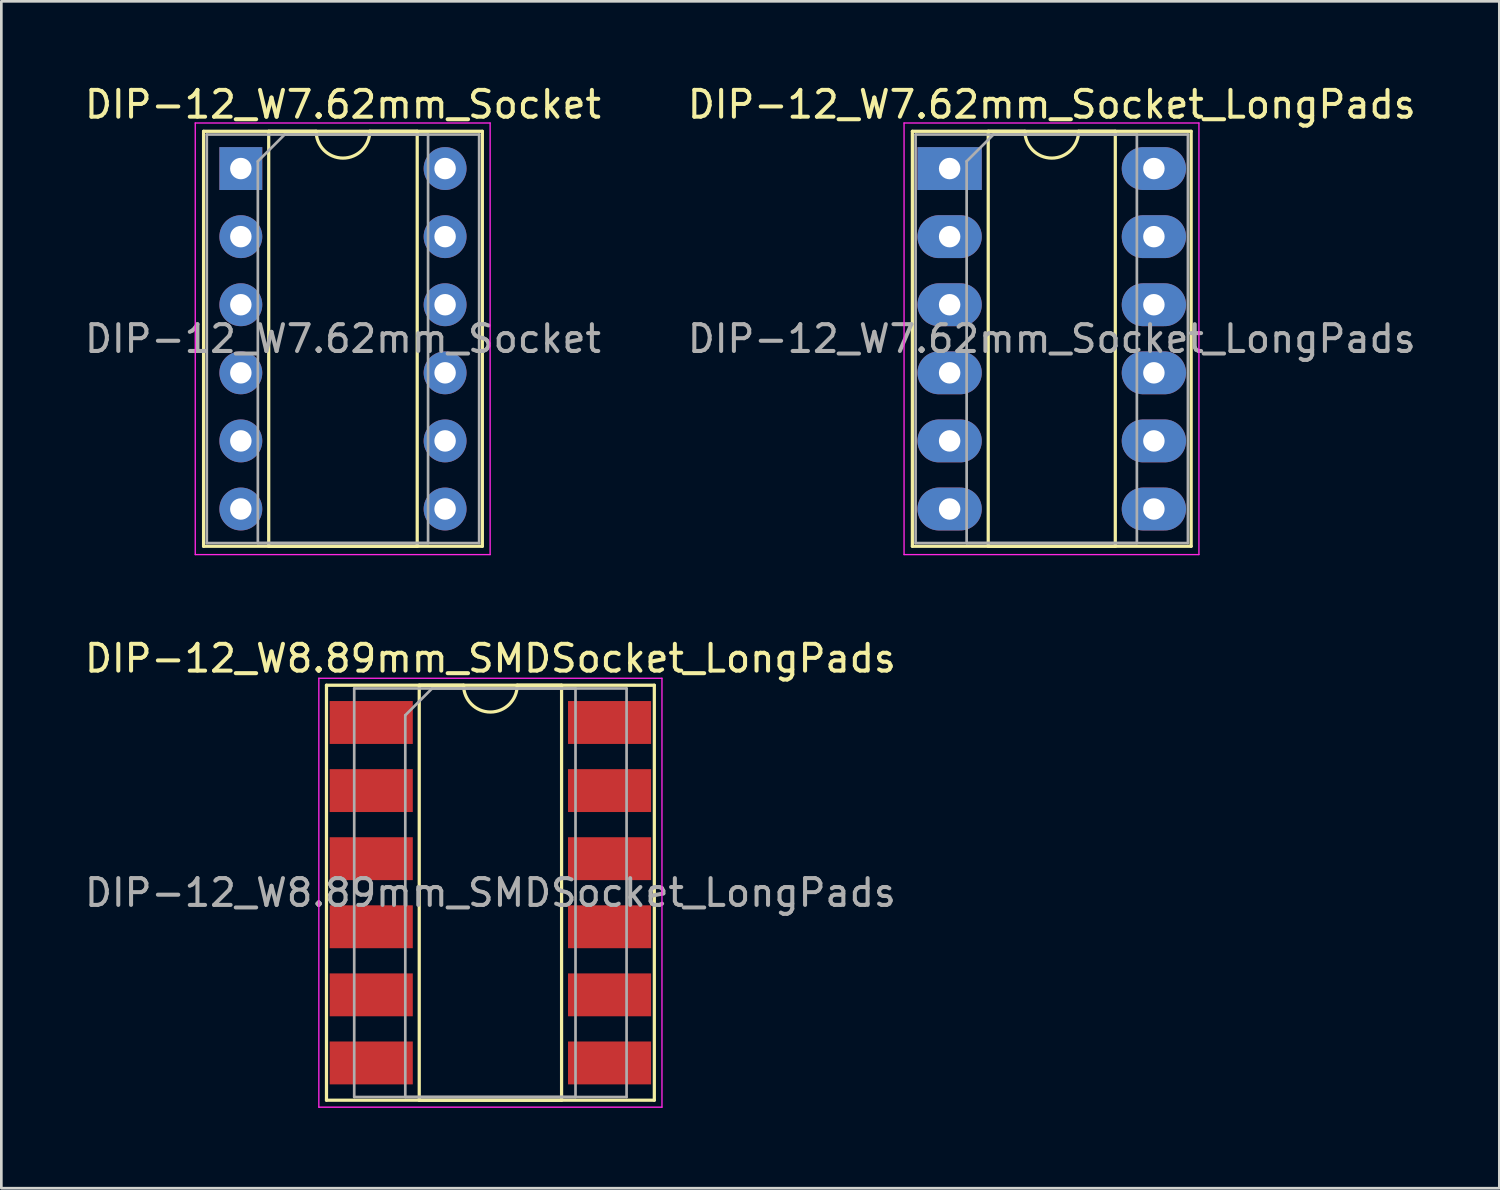
<source format=kicad_pcb>
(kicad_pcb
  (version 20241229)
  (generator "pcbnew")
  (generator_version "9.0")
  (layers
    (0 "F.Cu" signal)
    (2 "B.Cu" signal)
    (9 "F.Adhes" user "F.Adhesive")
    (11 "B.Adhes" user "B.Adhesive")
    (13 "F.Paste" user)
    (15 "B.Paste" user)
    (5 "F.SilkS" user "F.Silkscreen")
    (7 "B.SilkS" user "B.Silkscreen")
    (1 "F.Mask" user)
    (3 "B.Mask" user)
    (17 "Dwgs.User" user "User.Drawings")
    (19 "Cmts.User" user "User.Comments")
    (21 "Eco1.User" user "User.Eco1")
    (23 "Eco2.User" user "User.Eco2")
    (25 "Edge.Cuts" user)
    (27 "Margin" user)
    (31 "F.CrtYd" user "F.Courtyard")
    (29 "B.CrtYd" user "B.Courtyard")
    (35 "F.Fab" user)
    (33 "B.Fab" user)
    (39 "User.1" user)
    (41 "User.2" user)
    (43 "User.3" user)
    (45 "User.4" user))
  (footprint "DIP-12_W8.89mm_SMDSocket_LongPads"
    (layer "F.Cu")
    (at 15.244 30.252)
    (property "Reference" "DIP-12_W8.89mm_SMDSocket_LongPads" (at 0 -8.74 0) (layer "F.SilkS") (effects (font (size 1 1) (thickness 0.15))))
    (attr smd)
    (fp_line (start -6.115 -7.74) (end -6.115 7.74) (stroke (width 0.12) (type solid)) (layer "F.SilkS"))
    (fp_line (start -6.115 7.74) (end 6.115 7.74) (stroke (width 0.12) (type solid)) (layer "F.SilkS"))
    (fp_line (start -2.655 -7.74) (end -2.655 7.74) (stroke (width 0.12) (type solid)) (layer "F.SilkS"))
    (fp_line (start -2.655 7.74) (end 2.655 7.74) (stroke (width 0.12) (type solid)) (layer "F.SilkS"))
    (fp_line (start -1 -7.74) (end -2.655 -7.74) (stroke (width 0.12) (type solid)) (layer "F.SilkS"))
    (fp_line (start 2.655 -7.74) (end 1 -7.74) (stroke (width 0.12) (type solid)) (layer "F.SilkS"))
    (fp_line (start 2.655 7.74) (end 2.655 -7.74) (stroke (width 0.12) (type solid)) (layer "F.SilkS"))
    (fp_line (start 6.115 -7.74) (end -6.115 -7.74) (stroke (width 0.12) (type solid)) (layer "F.SilkS"))
    (fp_line (start 6.115 7.74) (end 6.115 -7.74) (stroke (width 0.12) (type solid)) (layer "F.SilkS"))
    (fp_arc (start 1 -7.74) (mid 0 -6.74) (end -1 -7.74) (stroke (width 0.12) (type solid)) (layer "F.SilkS"))
    (fp_line (start -6.4 -8) (end -6.4 8) (stroke (width 0.05) (type solid)) (layer "F.CrtYd"))
    (fp_line (start -6.4 8) (end 6.4 8) (stroke (width 0.05) (type solid)) (layer "F.CrtYd"))
    (fp_line (start 6.4 -8) (end -6.4 -8) (stroke (width 0.05) (type solid)) (layer "F.CrtYd"))
    (fp_line (start 6.4 8) (end 6.4 -8) (stroke (width 0.05) (type solid)) (layer "F.CrtYd"))
    (fp_line (start -5.08 -7.62) (end -5.08 7.62) (stroke (width 0.1) (type solid)) (layer "F.Fab"))
    (fp_line (start -5.08 7.62) (end 5.08 7.62) (stroke (width 0.1) (type solid)) (layer "F.Fab"))
    (fp_line (start -3.175 -6.62) (end -2.175 -7.62) (stroke (width 0.1) (type solid)) (layer "F.Fab"))
    (fp_line (start -3.175 7.62) (end -3.175 -6.62) (stroke (width 0.1) (type solid)) (layer "F.Fab"))
    (fp_line (start -2.175 -7.62) (end 3.175 -7.62) (stroke (width 0.1) (type solid)) (layer "F.Fab"))
    (fp_line (start 3.175 -7.62) (end 3.175 7.62) (stroke (width 0.1) (type solid)) (layer "F.Fab"))
    (fp_line (start 3.175 7.62) (end -3.175 7.62) (stroke (width 0.1) (type solid)) (layer "F.Fab"))
    (fp_line (start 5.08 -7.62) (end -5.08 -7.62) (stroke (width 0.1) (type solid)) (layer "F.Fab"))
    (fp_line (start 5.08 7.62) (end 5.08 -7.62) (stroke (width 0.1) (type solid)) (layer "F.Fab"))
    (fp_text user "${REFERENCE}" (at 0 0 0) (layer "F.Fab") (effects (font (size 1 1) (thickness 0.15))))
    (pad "1" smd rect (at -4.445 -6.35) (size 3.1 1.6) (layers "F.Cu" "F.Mask" "F.Paste"))
    (pad "2" smd rect (at -4.445 -3.81) (size 3.1 1.6) (layers "F.Cu" "F.Mask" "F.Paste"))
    (pad "3" smd rect (at -4.445 -1.27) (size 3.1 1.6) (layers "F.Cu" "F.Mask" "F.Paste"))
    (pad "4" smd rect (at -4.445 1.27) (size 3.1 1.6) (layers "F.Cu" "F.Mask" "F.Paste"))
    (pad "5" smd rect (at -4.445 3.81) (size 3.1 1.6) (layers "F.Cu" "F.Mask" "F.Paste"))
    (pad "6" smd rect (at -4.445 6.35) (size 3.1 1.6) (layers "F.Cu" "F.Mask" "F.Paste"))
    (pad "7" smd rect (at 4.445 6.35) (size 3.1 1.6) (layers "F.Cu" "F.Mask" "F.Paste"))
    (pad "8" smd rect (at 4.445 3.81) (size 3.1 1.6) (layers "F.Cu" "F.Mask" "F.Paste"))
    (pad "9" smd rect (at 4.445 1.27) (size 3.1 1.6) (layers "F.Cu" "F.Mask" "F.Paste"))
    (pad "10" smd rect (at 4.445 -1.27) (size 3.1 1.6) (layers "F.Cu" "F.Mask" "F.Paste"))
    (pad "11" smd rect (at 4.445 -3.81) (size 3.1 1.6) (layers "F.Cu" "F.Mask" "F.Paste"))
    (pad "12" smd rect (at 4.445 -6.35) (size 3.1 1.6) (layers "F.Cu" "F.Mask" "F.Paste")))
  (footprint "DIP-12_W7.62mm_Socket"
    (layer "F.Cu")
    (at 5.934 3.238)
    (property "Reference" "DIP-12_W7.62mm_Socket" (at 3.81 -2.39 0) (layer "F.SilkS") (effects (font (size 1 1) (thickness 0.15))))
    (attr through_hole)
    (fp_line (start -1.39 -1.39) (end -1.39 14.09) (stroke (width 0.12) (type solid)) (layer "F.SilkS"))
    (fp_line (start -1.39 14.09) (end 9.01 14.09) (stroke (width 0.12) (type solid)) (layer "F.SilkS"))
    (fp_line (start 1.04 -1.39) (end 1.04 14.09) (stroke (width 0.12) (type solid)) (layer "F.SilkS"))
    (fp_line (start 1.04 14.09) (end 6.58 14.09) (stroke (width 0.12) (type solid)) (layer "F.SilkS"))
    (fp_line (start 2.81 -1.39) (end 1.04 -1.39) (stroke (width 0.12) (type solid)) (layer "F.SilkS"))
    (fp_line (start 6.58 -1.39) (end 4.81 -1.39) (stroke (width 0.12) (type solid)) (layer "F.SilkS"))
    (fp_line (start 6.58 14.09) (end 6.58 -1.39) (stroke (width 0.12) (type solid)) (layer "F.SilkS"))
    (fp_line (start 9.01 -1.39) (end -1.39 -1.39) (stroke (width 0.12) (type solid)) (layer "F.SilkS"))
    (fp_line (start 9.01 14.09) (end 9.01 -1.39) (stroke (width 0.12) (type solid)) (layer "F.SilkS"))
    (fp_arc (start 4.81 -1.39) (mid 3.81 -0.39) (end 2.81 -1.39) (stroke (width 0.12) (type solid)) (layer "F.SilkS"))
    (fp_line (start -1.7 -1.7) (end -1.7 14.4) (stroke (width 0.05) (type solid)) (layer "F.CrtYd"))
    (fp_line (start -1.7 14.4) (end 9.3 14.4) (stroke (width 0.05) (type solid)) (layer "F.CrtYd"))
    (fp_line (start 9.3 -1.7) (end -1.7 -1.7) (stroke (width 0.05) (type solid)) (layer "F.CrtYd"))
    (fp_line (start 9.3 14.4) (end 9.3 -1.7) (stroke (width 0.05) (type solid)) (layer "F.CrtYd"))
    (fp_line (start -1.27 -1.27) (end -1.27 13.97) (stroke (width 0.1) (type solid)) (layer "F.Fab"))
    (fp_line (start -1.27 13.97) (end 8.89 13.97) (stroke (width 0.1) (type solid)) (layer "F.Fab"))
    (fp_line (start 0.635 -0.27) (end 1.635 -1.27) (stroke (width 0.1) (type solid)) (layer "F.Fab"))
    (fp_line (start 0.635 13.97) (end 0.635 -0.27) (stroke (width 0.1) (type solid)) (layer "F.Fab"))
    (fp_line (start 1.635 -1.27) (end 6.985 -1.27) (stroke (width 0.1) (type solid)) (layer "F.Fab"))
    (fp_line (start 6.985 -1.27) (end 6.985 13.97) (stroke (width 0.1) (type solid)) (layer "F.Fab"))
    (fp_line (start 6.985 13.97) (end 0.635 13.97) (stroke (width 0.1) (type solid)) (layer "F.Fab"))
    (fp_line (start 8.89 -1.27) (end -1.27 -1.27) (stroke (width 0.1) (type solid)) (layer "F.Fab"))
    (fp_line (start 8.89 13.97) (end 8.89 -1.27) (stroke (width 0.1) (type solid)) (layer "F.Fab"))
    (fp_text user "${REFERENCE}" (at 3.81 6.35 0) (layer "F.Fab") (effects (font (size 1 1) (thickness 0.15))))
    (pad "1" thru_hole rect (at 0 0) (size 1.6 1.6) (drill 0.8) (layers "*.Cu" "*.Mask"))
    (pad "2" thru_hole oval (at 0 2.54) (size 1.6 1.6) (drill 0.8) (layers "*.Cu" "*.Mask"))
    (pad "3" thru_hole oval (at 0 5.08) (size 1.6 1.6) (drill 0.8) (layers "*.Cu" "*.Mask"))
    (pad "4" thru_hole oval (at 0 7.62) (size 1.6 1.6) (drill 0.8) (layers "*.Cu" "*.Mask"))
    (pad "5" thru_hole oval (at 0 10.16) (size 1.6 1.6) (drill 0.8) (layers "*.Cu" "*.Mask"))
    (pad "6" thru_hole oval (at 0 12.7) (size 1.6 1.6) (drill 0.8) (layers "*.Cu" "*.Mask"))
    (pad "7" thru_hole oval (at 7.62 12.7) (size 1.6 1.6) (drill 0.8) (layers "*.Cu" "*.Mask"))
    (pad "8" thru_hole oval (at 7.62 10.16) (size 1.6 1.6) (drill 0.8) (layers "*.Cu" "*.Mask"))
    (pad "9" thru_hole oval (at 7.62 7.62) (size 1.6 1.6) (drill 0.8) (layers "*.Cu" "*.Mask"))
    (pad "10" thru_hole oval (at 7.62 5.08) (size 1.6 1.6) (drill 0.8) (layers "*.Cu" "*.Mask"))
    (pad "11" thru_hole oval (at 7.62 2.54) (size 1.6 1.6) (drill 0.8) (layers "*.Cu" "*.Mask"))
    (pad "12" thru_hole oval (at 7.62 0) (size 1.6 1.6) (drill 0.8) (layers "*.Cu" "*.Mask")))
  (footprint "DIP-12_W7.62mm_Socket_LongPads"
    (layer "F.Cu")
    (at 32.375 3.238)
    (property "Reference" "DIP-12_W7.62mm_Socket_LongPads" (at 3.81 -2.39 0) (layer "F.SilkS") (effects (font (size 1 1) (thickness 0.15))))
    (attr through_hole)
    (fp_line (start -1.39 -1.39) (end -1.39 14.09) (stroke (width 0.12) (type solid)) (layer "F.SilkS"))
    (fp_line (start -1.39 14.09) (end 9.01 14.09) (stroke (width 0.12) (type solid)) (layer "F.SilkS"))
    (fp_line (start 1.44 -1.39) (end 1.44 14.09) (stroke (width 0.12) (type solid)) (layer "F.SilkS"))
    (fp_line (start 1.44 14.09) (end 6.18 14.09) (stroke (width 0.12) (type solid)) (layer "F.SilkS"))
    (fp_line (start 2.81 -1.39) (end 1.44 -1.39) (stroke (width 0.12) (type solid)) (layer "F.SilkS"))
    (fp_line (start 6.18 -1.39) (end 4.81 -1.39) (stroke (width 0.12) (type solid)) (layer "F.SilkS"))
    (fp_line (start 6.18 14.09) (end 6.18 -1.39) (stroke (width 0.12) (type solid)) (layer "F.SilkS"))
    (fp_line (start 9.01 -1.39) (end -1.39 -1.39) (stroke (width 0.12) (type solid)) (layer "F.SilkS"))
    (fp_line (start 9.01 14.09) (end 9.01 -1.39) (stroke (width 0.12) (type solid)) (layer "F.SilkS"))
    (fp_arc (start 4.81 -1.39) (mid 3.81 -0.39) (end 2.81 -1.39) (stroke (width 0.12) (type solid)) (layer "F.SilkS"))
    (fp_line (start -1.7 -1.7) (end -1.7 14.4) (stroke (width 0.05) (type solid)) (layer "F.CrtYd"))
    (fp_line (start -1.7 14.4) (end 9.3 14.4) (stroke (width 0.05) (type solid)) (layer "F.CrtYd"))
    (fp_line (start 9.3 -1.7) (end -1.7 -1.7) (stroke (width 0.05) (type solid)) (layer "F.CrtYd"))
    (fp_line (start 9.3 14.4) (end 9.3 -1.7) (stroke (width 0.05) (type solid)) (layer "F.CrtYd"))
    (fp_line (start -1.27 -1.27) (end -1.27 13.97) (stroke (width 0.1) (type solid)) (layer "F.Fab"))
    (fp_line (start -1.27 13.97) (end 8.89 13.97) (stroke (width 0.1) (type solid)) (layer "F.Fab"))
    (fp_line (start 0.635 -0.27) (end 1.635 -1.27) (stroke (width 0.1) (type solid)) (layer "F.Fab"))
    (fp_line (start 0.635 13.97) (end 0.635 -0.27) (stroke (width 0.1) (type solid)) (layer "F.Fab"))
    (fp_line (start 1.635 -1.27) (end 6.985 -1.27) (stroke (width 0.1) (type solid)) (layer "F.Fab"))
    (fp_line (start 6.985 -1.27) (end 6.985 13.97) (stroke (width 0.1) (type solid)) (layer "F.Fab"))
    (fp_line (start 6.985 13.97) (end 0.635 13.97) (stroke (width 0.1) (type solid)) (layer "F.Fab"))
    (fp_line (start 8.89 -1.27) (end -1.27 -1.27) (stroke (width 0.1) (type solid)) (layer "F.Fab"))
    (fp_line (start 8.89 13.97) (end 8.89 -1.27) (stroke (width 0.1) (type solid)) (layer "F.Fab"))
    (fp_text user "${REFERENCE}" (at 3.81 6.35 0) (layer "F.Fab") (effects (font (size 1 1) (thickness 0.15))))
    (pad "1" thru_hole rect (at 0 0) (size 2.4 1.6) (drill 0.8) (layers "*.Cu" "*.Mask"))
    (pad "2" thru_hole oval (at 0 2.54) (size 2.4 1.6) (drill 0.8) (layers "*.Cu" "*.Mask"))
    (pad "3" thru_hole oval (at 0 5.08) (size 2.4 1.6) (drill 0.8) (layers "*.Cu" "*.Mask"))
    (pad "4" thru_hole oval (at 0 7.62) (size 2.4 1.6) (drill 0.8) (layers "*.Cu" "*.Mask"))
    (pad "5" thru_hole oval (at 0 10.16) (size 2.4 1.6) (drill 0.8) (layers "*.Cu" "*.Mask"))
    (pad "6" thru_hole oval (at 0 12.7) (size 2.4 1.6) (drill 0.8) (layers "*.Cu" "*.Mask"))
    (pad "7" thru_hole oval (at 7.62 12.7) (size 2.4 1.6) (drill 0.8) (layers "*.Cu" "*.Mask"))
    (pad "8" thru_hole oval (at 7.62 10.16) (size 2.4 1.6) (drill 0.8) (layers "*.Cu" "*.Mask"))
    (pad "9" thru_hole oval (at 7.62 7.62) (size 2.4 1.6) (drill 0.8) (layers "*.Cu" "*.Mask"))
    (pad "10" thru_hole oval (at 7.62 5.08) (size 2.4 1.6) (drill 0.8) (layers "*.Cu" "*.Mask"))
    (pad "11" thru_hole oval (at 7.62 2.54) (size 2.4 1.6) (drill 0.8) (layers "*.Cu" "*.Mask"))
    (pad "12" thru_hole oval (at 7.62 0) (size 2.4 1.6) (drill 0.8) (layers "*.Cu" "*.Mask")))
  (gr_rect
    (start -3 -3)
    (end 52.881 41.276)
    (stroke (width 0.1) (type default))
    (fill no)
    (layer "Edge.Cuts")))
</source>
